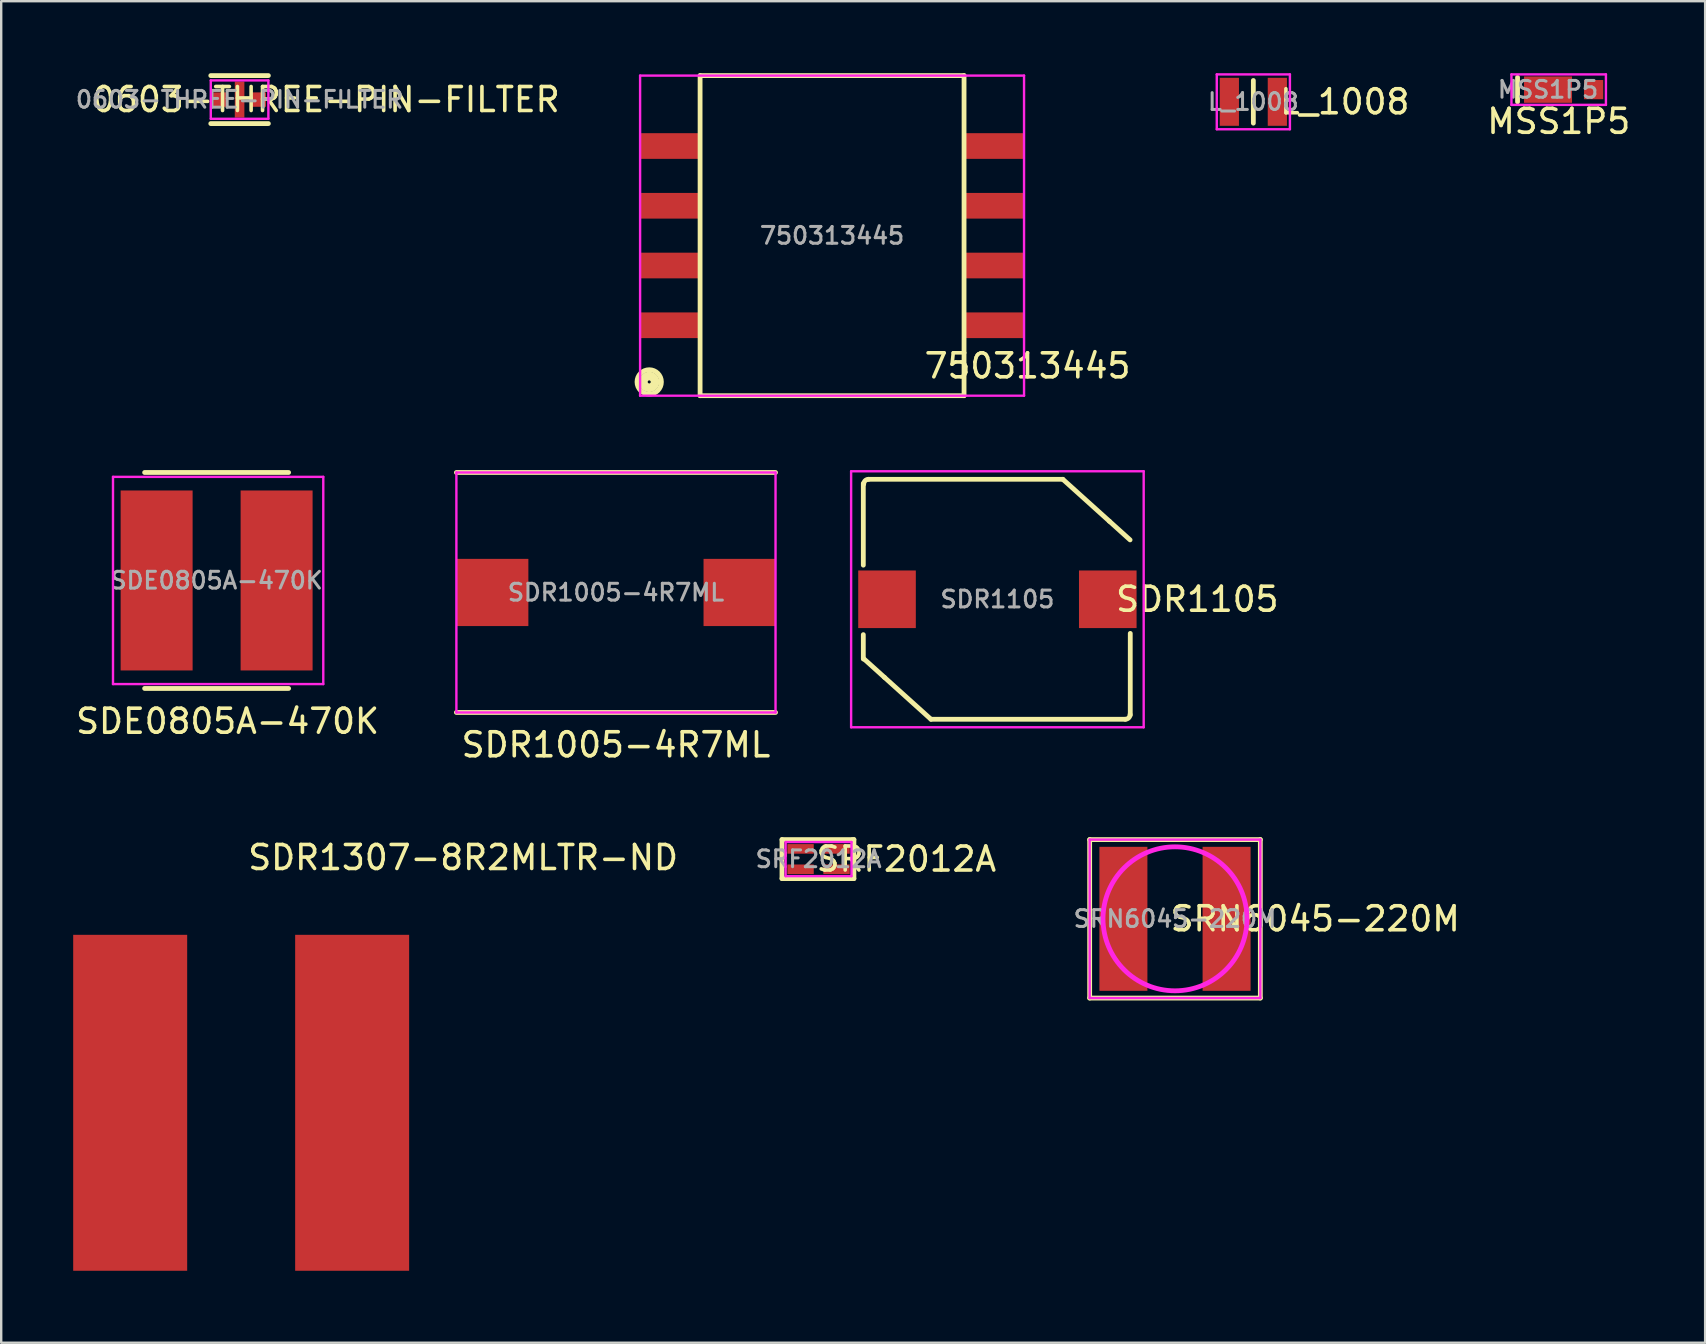
<source format=kicad_pcb>
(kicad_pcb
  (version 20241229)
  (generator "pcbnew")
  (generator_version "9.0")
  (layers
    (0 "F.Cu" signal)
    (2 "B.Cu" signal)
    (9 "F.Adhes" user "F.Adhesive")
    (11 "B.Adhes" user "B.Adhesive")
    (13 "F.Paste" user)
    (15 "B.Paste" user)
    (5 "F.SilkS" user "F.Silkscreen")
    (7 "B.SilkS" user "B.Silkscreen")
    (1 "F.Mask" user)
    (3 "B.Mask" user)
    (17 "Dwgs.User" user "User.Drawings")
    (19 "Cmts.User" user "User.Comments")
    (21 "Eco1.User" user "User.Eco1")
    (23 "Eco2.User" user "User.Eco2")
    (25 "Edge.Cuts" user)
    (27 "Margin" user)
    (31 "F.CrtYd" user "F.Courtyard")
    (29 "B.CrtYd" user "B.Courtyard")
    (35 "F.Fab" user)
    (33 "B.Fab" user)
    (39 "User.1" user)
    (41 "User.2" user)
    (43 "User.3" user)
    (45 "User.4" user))
  (footprint "SRF2012A"
    (layer "F.Cu")
    (at 31.062 32.751)
    (property "Reference" "SRF2012A" (at 3.658 0 0) (layer "F.SilkS") (effects (font (size 1 1) (thickness 0.15))))
    (attr through_hole)
    (fp_line (start -1.524 -0.813) (end -1.524 0.813) (stroke (width 0.2) (type solid)) (layer "F.SilkS"))
    (fp_line (start -1.524 0.813) (end 1.473 0.813) (stroke (width 0.2) (type solid)) (layer "F.SilkS"))
    (fp_line (start 1.372 -0.813) (end -1.524 -0.813) (stroke (width 0.2) (type solid)) (layer "F.SilkS"))
    (fp_line (start 1.473 -0.813) (end 1.422 -0.813) (stroke (width 0.2) (type solid)) (layer "F.SilkS"))
    (fp_line (start 1.473 0.813) (end 1.473 -0.813) (stroke (width 0.2) (type solid)) (layer "F.SilkS"))
    (fp_line (start -1.372 -0.711) (end -1.372 0.711) (stroke (width 0.1) (type solid)) (layer "F.CrtYd"))
    (fp_line (start -1.372 0.711) (end 1.372 0.711) (stroke (width 0.1) (type solid)) (layer "F.CrtYd"))
    (fp_line (start 1.372 -0.711) (end -1.372 -0.711) (stroke (width 0.1) (type solid)) (layer "F.CrtYd"))
    (fp_line (start 1.372 0.711) (end 1.372 -0.711) (stroke (width 0.1) (type solid)) (layer "F.CrtYd"))
    (fp_text user "${REFERENCE}" (at 0 0 0) (layer "F.Fab") (effects (font (size 0.7 0.7) (thickness 0.125))))
    (pad "1" smd rect (at -0.75 -0.425) (size 1.1 0.4) (layers "F.Cu" "F.Mask" "F.Paste"))
    (pad "2" smd rect (at 0.75 -0.425) (size 1.1 0.4) (layers "F.Cu" "F.Mask" "F.Paste"))
    (pad "3" smd rect (at 0.75 0.425) (size 1.1 0.4) (layers "F.Cu" "F.Mask" "F.Paste"))
    (pad "4" smd rect (at -0.75 0.425) (size 1.1 0.4) (layers "F.Cu" "F.Mask" "F.Paste")))
  (footprint "SRN6045-220M"
    (layer "F.Cu")
    (at 45.916 35.24)
    (property "Reference" "SRN6045-220M" (at 5.842 0 0) (layer "F.SilkS") (effects (font (size 1 1) (thickness 0.15))))
    (attr through_hole)
    (fp_line (start -3.556 -3.302) (end 3.556 -3.302) (stroke (width 0.2) (type solid)) (layer "F.SilkS"))
    (fp_line (start -3.556 3.302) (end -3.556 -3.302) (stroke (width 0.2) (type solid)) (layer "F.SilkS"))
    (fp_line (start 3.556 -3.302) (end 3.556 3.302) (stroke (width 0.2) (type solid)) (layer "F.SilkS"))
    (fp_line (start 3.556 3.302) (end -3.556 3.302) (stroke (width 0.2) (type solid)) (layer "F.SilkS"))
    (fp_line (start -3.556 -3.302) (end -3.556 3.302) (stroke (width 0.1) (type solid)) (layer "F.CrtYd"))
    (fp_line (start -3.556 3.302) (end 3.556 3.302) (stroke (width 0.1) (type solid)) (layer "F.CrtYd"))
    (fp_line (start 3.556 -3.302) (end -3.556 -3.302) (stroke (width 0.1) (type solid)) (layer "F.CrtYd"))
    (fp_line (start 3.556 3.302) (end 3.556 -3.302) (stroke (width 0.1) (type solid)) (layer "F.CrtYd"))
    (fp_circle (center 0 0) (end 3 0) (stroke (width 0.2) (type solid)) (fill no) (layer "F.CrtYd"))
    (fp_text user "${REFERENCE}" (at 0 0 0) (layer "F.Fab") (effects (font (size 0.7 0.7) (thickness 0.125))))
    (pad "1" smd rect (at -2.15 0) (size 2 6) (layers "F.Cu" "F.Mask" "F.Paste"))
    (pad "2" smd rect (at 2.15 0) (size 2 6) (layers "F.Cu" "F.Mask" "F.Paste")))
  (footprint "750313445"
    (layer "F.Cu")
    (at 31.625 6.77)
    (property "Reference" "750313445" (at 8.145 5.428 0) (layer "F.SilkS") (effects (font (size 1 1) (thickness 0.15))))
    (attr smd)
    (fp_line (start -5.5 -6.67) (end -5.5 6.67) (stroke (width 0.2) (type solid)) (layer "F.SilkS"))
    (fp_line (start -5.5 6.67) (end 5.5 6.67) (stroke (width 0.2) (type solid)) (layer "F.SilkS"))
    (fp_line (start 5.5 -6.67) (end -5.5 -6.67) (stroke (width 0.2) (type solid)) (layer "F.SilkS"))
    (fp_line (start 5.5 6.67) (end 5.5 -6.67) (stroke (width 0.2) (type solid)) (layer "F.SilkS"))
    (fp_circle (center -7.62 6.096) (end -7.556 6.096) (stroke (width 0.2) (type solid)) (fill no) (layer "F.SilkS"))
    (fp_circle (center -7.62 6.096) (end -7.429 6.096) (stroke (width 0.2) (type solid)) (fill no) (layer "F.SilkS"))
    (fp_circle (center -7.62 6.096) (end -7.303 6.032) (stroke (width 0.2) (type solid)) (fill no) (layer "F.SilkS"))
    (fp_circle (center -7.62 6.096) (end -7.112 6.096) (stroke (width 0.2) (type solid)) (fill no) (layer "F.SilkS"))
    (fp_line (start -8 -6.67) (end -8 6.67) (stroke (width 0.1) (type solid)) (layer "F.CrtYd"))
    (fp_line (start -8 6.67) (end 8 6.67) (stroke (width 0.1) (type solid)) (layer "F.CrtYd"))
    (fp_line (start 8 -6.67) (end -8 -6.67) (stroke (width 0.1) (type solid)) (layer "F.CrtYd"))
    (fp_line (start 8 6.67) (end 8 -6.67) (stroke (width 0.1) (type solid)) (layer "F.CrtYd"))
    (fp_text user "${REFERENCE}" (at 0 0 0) (layer "F.Fab") (effects (font (size 0.7 0.7) (thickness 0.125))))
    (pad "1" smd rect (at -6.78 3.735) (size 2.4 1.07) (layers "F.Cu" "F.Mask" "F.Paste"))
    (pad "2" smd rect (at -6.78 1.245) (size 2.4 1.07) (layers "F.Cu" "F.Mask" "F.Paste"))
    (pad "3" smd rect (at -6.78 -1.245) (size 2.4 1.07) (layers "F.Cu" "F.Mask" "F.Paste"))
    (pad "4" smd rect (at -6.78 -3.735) (size 2.4 1.07) (layers "F.Cu" "F.Mask" "F.Paste"))
    (pad "5" smd rect (at 6.78 -3.735) (size 2.4 1.07) (layers "F.Cu" "F.Mask" "F.Paste"))
    (pad "6" smd rect (at 6.78 -1.245) (size 2.4 1.07) (layers "F.Cu" "F.Mask" "F.Paste"))
    (pad "7" smd rect (at 6.78 1.245) (size 2.4 1.07) (layers "F.Cu" "F.Mask" "F.Paste"))
    (pad "8" smd rect (at 6.78 3.735) (size 2.4 1.07) (layers "F.Cu" "F.Mask" "F.Paste")))
  (footprint "L_1008"
    (layer "F.Cu")
    (at 49.181 1.193)
    (property "Reference" "L_1008" (at 3.81 0 0) (layer "F.SilkS") (effects (font (size 1 1) (thickness 0.15))))
    (attr through_hole)
    (fp_line (start 0 -0.889) (end 0 0.889) (stroke (width 0.2) (type solid)) (layer "F.SilkS"))
    (fp_line (start -1.524 -1.143) (end -1.524 1.143) (stroke (width 0.1) (type solid)) (layer "F.CrtYd"))
    (fp_line (start -1.524 1.143) (end 1.524 1.143) (stroke (width 0.1) (type solid)) (layer "F.CrtYd"))
    (fp_line (start 1.524 -1.143) (end -1.524 -1.143) (stroke (width 0.1) (type solid)) (layer "F.CrtYd"))
    (fp_line (start 1.524 1.143) (end 1.524 -1.143) (stroke (width 0.1) (type solid)) (layer "F.CrtYd"))
    (fp_text user "${REFERENCE}" (at 0 0 0) (layer "F.Fab") (effects (font (size 0.7 0.7) (thickness 0.125))))
    (pad "1" smd rect (at -1 0) (size 0.8 2) (layers "F.Cu" "F.Mask" "F.Paste"))
    (pad "2" smd rect (at 1 0) (size 0.8 2) (layers "F.Cu" "F.Mask" "F.Paste")))
  (footprint "SDR1307-8R2MLTR-ND"
    (layer "F.Cu")
    (at 7 42.907)
    (property "Reference" "SDR1307-8R2MLTR-ND" (at 9.25 -10.22 0) (layer "F.SilkS") (effects (font (size 1 1) (thickness 0.15))))
    (attr through_hole)
    (pad "1" smd rect (at -4.625 0) (size 4.75 14) (layers "F.Cu" "F.Mask" "F.Paste"))
    (pad "2" smd rect (at 4.625 0) (size 4.75 14) (layers "F.Cu" "F.Mask" "F.Paste")))
  (footprint "SDE0805A-470K"
    (layer "F.Cu")
    (at 5.977 21.14)
    (property "Reference" "SDE0805A-470K" (at 0.457 5.867 0) (layer "F.SilkS") (effects (font (size 1 1) (thickness 0.15))))
    (attr through_hole)
    (fp_line (start -3 -4.5) (end 3 -4.5) (stroke (width 0.2) (type solid)) (layer "F.SilkS"))
    (fp_line (start -3 4.5) (end 3 4.5) (stroke (width 0.2) (type solid)) (layer "F.SilkS"))
    (fp_line (start -4.318 -4.318) (end 4.445 -4.318) (stroke (width 0.1) (type solid)) (layer "F.CrtYd"))
    (fp_line (start -4.318 4.318) (end -4.318 -4.318) (stroke (width 0.1) (type solid)) (layer "F.CrtYd"))
    (fp_line (start 4.445 -4.318) (end 4.445 4.318) (stroke (width 0.1) (type solid)) (layer "F.CrtYd"))
    (fp_line (start 4.445 4.318) (end -4.318 4.318) (stroke (width 0.1) (type solid)) (layer "F.CrtYd"))
    (fp_text user "${REFERENCE}" (at 0 0 0) (layer "F.Fab") (effects (font (size 0.7 0.7) (thickness 0.125))))
    (pad "1" smd rect (at -2.5 0) (size 3 7.5) (layers "F.Cu" "F.Mask" "F.Paste"))
    (pad "2" smd rect (at 2.5 0) (size 3 7.5) (layers "F.Cu" "F.Mask" "F.Paste")))
  (footprint "0603-THREE-PIN-FILTER"
    (layer "F.Cu")
    (at 6.934 1.1)
    (property "Reference" "0603-THREE-PIN-FILTER" (at 3.6 0 0) (layer "F.SilkS") (effects (font (size 1 1) (thickness 0.15))))
    (attr through_hole)
    (fp_line (start -1.2 1) (end 1.2 1) (stroke (width 0.2) (type solid)) (layer "F.SilkS"))
    (fp_line (start 1.2 -1) (end -1.2 -1) (stroke (width 0.2) (type solid)) (layer "F.SilkS"))
    (fp_line (start -1.2 -0.8) (end 1.2 -0.8) (stroke (width 0.1) (type solid)) (layer "F.CrtYd"))
    (fp_line (start -1.2 0.8) (end -1.2 -0.8) (stroke (width 0.1) (type solid)) (layer "F.CrtYd"))
    (fp_line (start 1.2 -0.8) (end 1.2 0.8) (stroke (width 0.1) (type solid)) (layer "F.CrtYd"))
    (fp_line (start 1.2 0.8) (end -1.2 0.8) (stroke (width 0.1) (type solid)) (layer "F.CrtYd"))
    (fp_text user "${REFERENCE}" (at 0 0 0) (layer "F.Fab") (effects (font (size 0.7 0.7) (thickness 0.125))))
    (pad "1" smd rect (at -0.8 0) (size 0.6 0.6) (layers "F.Cu" "F.Mask" "F.Paste"))
    (pad "2" smd rect (at 0.8 0) (size 0.6 0.6) (layers "F.Cu" "F.Mask" "F.Paste"))
    (pad "3" smd rect (at 0 0) (size 0.4 1.5) (layers "F.Cu" "F.Mask" "F.Paste")))
  (footprint "MSS1P5"
    (placed yes)
    (layer "F.Cu")
    (at 61.461 0.685)
    (property "Reference" "MSS1P5" (at 0.447 1.323 0) (layer "F.SilkS") (effects (font (size 1 1) (thickness 0.15))))
    (attr through_hole)
    (fp_line (start -1.27 -0.508) (end -1.27 0.508) (stroke (width 0.2) (type solid)) (layer "F.SilkS"))
    (fp_line (start -1.524 -0.635) (end 2.413 -0.635) (stroke (width 0.1) (type solid)) (layer "F.CrtYd"))
    (fp_line (start -1.524 0.635) (end -1.524 -0.635) (stroke (width 0.1) (type solid)) (layer "F.CrtYd"))
    (fp_line (start 2.413 -0.635) (end 2.413 0.635) (stroke (width 0.1) (type solid)) (layer "F.CrtYd"))
    (fp_line (start 2.413 0.635) (end -1.524 0.635) (stroke (width 0.1) (type solid)) (layer "F.CrtYd"))
    (fp_text user "${REFERENCE}" (at 0 0 0) (layer "F.Fab") (effects (font (size 0.7 0.7) (thickness 0.125))))
    (pad "1" smd rect (at 0 0) (size 2 1.1) (layers "F.Cu" "F.Mask" "F.Paste"))
    (pad "2" smd rect (at 1.9 0) (size 0.8 0.8) (layers "F.Cu" "F.Mask" "F.Paste")))
  (footprint "SDR1105"
    (layer "F.Cu")
    (at 38.515 21.924)
    (property "Reference" "SDR1105" (at 8.331 0 0) (layer "F.SilkS") (effects (font (size 1 1) (thickness 0.15))))
    (attr through_hole)
    (fp_line (start -5.588 -4.826) (end -5.588 -1.422) (stroke (width 0.2) (type solid)) (layer "F.SilkS"))
    (fp_line (start -5.588 2.489) (end -5.588 1.473) (stroke (width 0.2) (type solid)) (layer "F.SilkS"))
    (fp_line (start -5.571 2.476) (end -4.708 3.253) (stroke (width 0.2) (type solid)) (layer "F.SilkS"))
    (fp_line (start -4.708 3.253) (end -2.769 5) (stroke (width 0.2) (type solid)) (layer "F.SilkS"))
    (fp_line (start -2.769 5) (end 5.329 5) (stroke (width 0.2) (type solid)) (layer "F.SilkS"))
    (fp_line (start 2.727 -5) (end -5.371 -5) (stroke (width 0.2) (type solid)) (layer "F.SilkS"))
    (fp_line (start 4.666 -3.253) (end 2.727 -5) (stroke (width 0.2) (type solid)) (layer "F.SilkS"))
    (fp_line (start 5.529 -2.475) (end 4.666 -3.253) (stroke (width 0.2) (type solid)) (layer "F.SilkS"))
    (fp_line (start 5.537 4.826) (end 5.537 1.422) (stroke (width 0.2) (type solid)) (layer "F.SilkS"))
    (fp_arc (start -5.5713 -4.799949) (mid -5.512598 -4.941145) (end -5.3713 -4.9996) (stroke (width 0.2) (type solid)) (layer "F.SilkS"))
    (fp_arc (start 5.5287 4.8004) (mid 5.470121 4.941821) (end 5.3287 5.0004) (stroke (width 0.2) (type solid)) (layer "F.SilkS"))
    (fp_line (start -6.096 -5.334) (end -6.096 5.334) (stroke (width 0.1) (type solid)) (layer "F.CrtYd"))
    (fp_line (start -6.096 5.334) (end 6.096 5.334) (stroke (width 0.1) (type solid)) (layer "F.CrtYd"))
    (fp_line (start 6.096 -5.334) (end -6.096 -5.334) (stroke (width 0.1) (type solid)) (layer "F.CrtYd"))
    (fp_line (start 6.096 5.334) (end 6.096 -5.334) (stroke (width 0.1) (type solid)) (layer "F.CrtYd"))
    (fp_text user "${REFERENCE}" (at 0 0 0) (layer "F.Fab") (effects (font (size 0.7 0.7) (thickness 0.125))))
    (pad "1" smd rect (at -4.6 0) (size 2.4 2.4) (layers "F.Cu" "F.Mask" "F.Paste"))
    (pad "2" smd rect (at 4.6 0) (size 2.4 2.4) (layers "F.Cu" "F.Mask" "F.Paste")))
  (footprint "SDR1005-4R7ML"
    (layer "F.Cu")
    (at 22.619 21.64)
    (property "Reference" "SDR1005-4R7ML" (at 0 6.35 0) (layer "F.SilkS") (effects (font (size 1 1) (thickness 0.15))))
    (attr through_hole)
    (fp_line (start -6.65 -5) (end 6.65 -5) (stroke (width 0.2) (type solid)) (layer "F.SilkS"))
    (fp_line (start -6.65 5) (end 6.65 5) (stroke (width 0.2) (type solid)) (layer "F.SilkS"))
    (fp_line (start -6.65 -5) (end 6.65 -5) (stroke (width 0.1) (type solid)) (layer "F.CrtYd"))
    (fp_line (start -6.65 5) (end -6.65 -5) (stroke (width 0.1) (type solid)) (layer "F.CrtYd"))
    (fp_line (start 6.65 -5) (end 6.65 5) (stroke (width 0.1) (type solid)) (layer "F.CrtYd"))
    (fp_line (start 6.65 5) (end -6.65 5) (stroke (width 0.1) (type solid)) (layer "F.CrtYd"))
    (fp_text user "${REFERENCE}" (at 0 0 0) (layer "F.Fab") (effects (font (size 0.7 0.7) (thickness 0.125))))
    (pad "1" smd rect (at -5.15 0) (size 3 2.8) (layers "F.Cu" "F.Mask" "F.Paste"))
    (pad "2" smd rect (at 5.15 0) (size 3 2.8) (layers "F.Cu" "F.Mask" "F.Paste")))
  (gr_rect
    (start -3 -3)
    (end 68.009 52.907)
    (stroke (width 0.1) (type default))
    (fill no)
    (layer "Edge.Cuts")))
</source>
